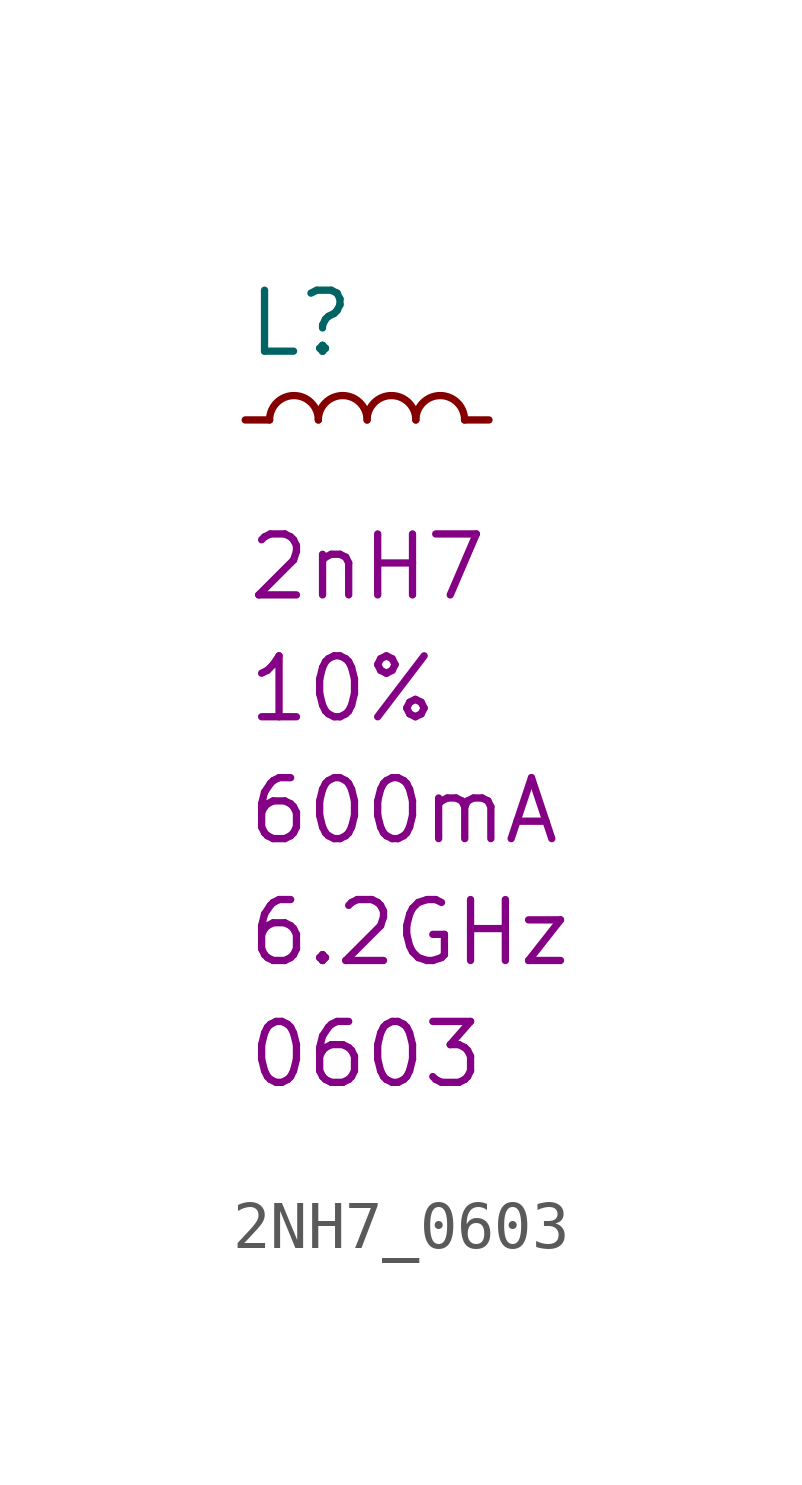
<source format=kicad_sym>
(kicad_symbol_lib
  (version 20211014)
  (generator kicad_symbol_editor)
  (symbol "2NH7_0603"
    (pin_numbers hide)
    (pin_names
      (offset 0.254) hide)
    (property "Reference" "L"
      (at 0 1.27 0)
      (effects (font (size 1.27 1.27)) (justify left bottom)))
    (property "Current" "600mA"
      (at 0 -8.89 0)
      (effects (font (size 1.27 1.27)) (justify left bottom)))
    (property "Tolerance" "10%"
      (at 0 -6.35 0)
      (effects (font (size 1.27 1.27)) (justify left bottom)))
    (property "Res. Frequency" "6.2GHz"
      (at 0 -11.43 0)
      (effects (font (size 1.27 1.27)) (justify left bottom)))
    (property "Package" "0603"
      (at 0 -13.97 0)
      (effects (font (size 1.27 1.27)) (justify left bottom)))
    (property "Inductance" "2nH7"
      (at 0 -3.81 0)
      (effects (font (size 1.27 1.27)) (justify left bottom)))
    (symbol "2NH7_0603_0_1"
      (arc (start 1.524 0) (mid 1.016 0.508) (end 0.508 0) (stroke (width 0) (type default) (color 0 0 0 0)) (fill (type none)))
      (arc (start 2.54 0) (mid 2.032 0.508) (end 1.524 0) (stroke (width 0) (type default) (color 0 0 0 0)) (fill (type none)))
      (arc (start 3.556 0) (mid 3.048 0.508) (end 2.54 0) (stroke (width 0) (type default) (color 0 0 0 0)) (fill (type none)))
      (arc (start 4.572 0) (mid 4.064 0.508) (end 3.556 0) (stroke (width 0) (type default) (color 0 0 0 0)) (fill (type none))))
    (symbol "2NH7_0603_1_1"
      (pin passive line (at 0 0 0) (length 0.508) (name "~" (effects (font (size 1.27 1.27)))) (number "1" (effects (font (size 1.27 1.27)))))
      (pin passive line (at 5.08 0 180) (length 0.508) (name "~" (effects (font (size 1.27 1.27)))) (number "2" (effects (font (size 1.27 1.27))))))))
</source>
